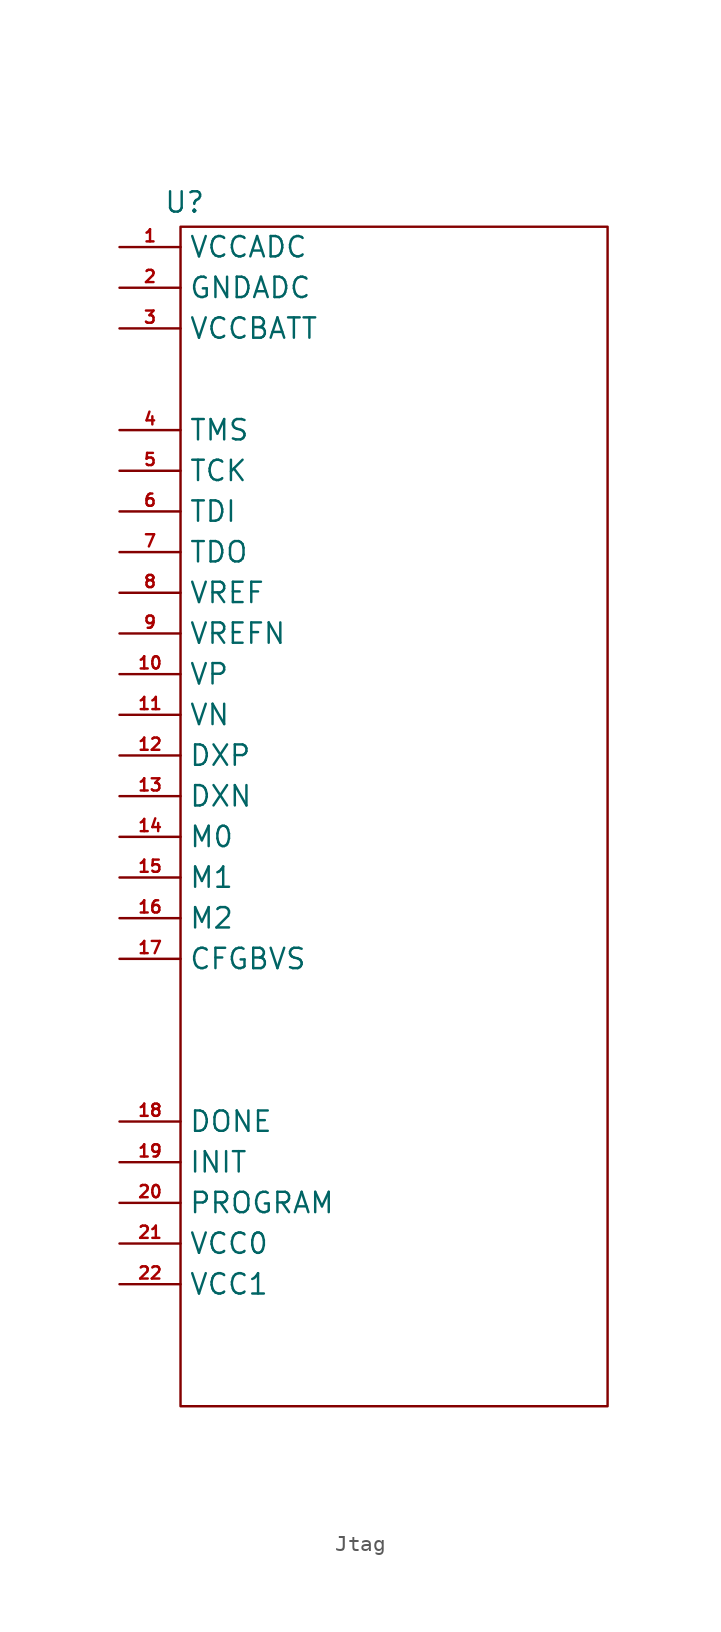
<source format=kicad_sym>
(kicad_symbol_lib
  (version 20231120)
  (generator "kicad_symbol_editor")
  (generator_version "8.0")
  (symbol "Jtag"
    (property "Reference" "U"
      (at -14.986 52.324 0)
      (effects (font (size 1.27 1.27))))
    (property "Value" ""
      (at -8.89 36.83 0)
      (effects (font (size 1.27 1.27))))
    (symbol "Jtag_0_1"
      (rectangle (start -15.24 50.8) (end 11.43 -22.86) (stroke (width 0) (type default)) (fill (type none))))
    (symbol "Jtag_1_1"
      (pin input line (at -19.05 49.53 0) (length 3.81) (name "VCCADC" (effects (font (size 1.27 1.27)))) (number "1" (effects (font (size 0.762 0.762)))))
      (pin input line (at -19.05 22.86 0) (length 3.81) (name "VP" (effects (font (size 1.27 1.27)))) (number "10" (effects (font (size 0.762 0.762)))))
      (pin input line (at -19.05 20.32 0) (length 3.81) (name "VN" (effects (font (size 1.27 1.27)))) (number "11" (effects (font (size 0.762 0.762)))))
      (pin input line (at -19.05 17.78 0) (length 3.81) (name "DXP" (effects (font (size 1.27 1.27)))) (number "12" (effects (font (size 0.762 0.762)))))
      (pin input line (at -19.05 15.24 0) (length 3.81) (name "DXN" (effects (font (size 1.27 1.27)))) (number "13" (effects (font (size 0.762 0.762)))))
      (pin input line (at -19.05 12.7 0) (length 3.81) (name "M0" (effects (font (size 1.27 1.27)))) (number "14" (effects (font (size 0.762 0.762)))))
      (pin input line (at -19.05 10.16 0) (length 3.81) (name "M1" (effects (font (size 1.27 1.27)))) (number "15" (effects (font (size 0.762 0.762)))))
      (pin input line (at -19.05 7.62 0) (length 3.81) (name "M2" (effects (font (size 1.27 1.27)))) (number "16" (effects (font (size 0.762 0.762)))))
      (pin input line (at -19.05 5.08 0) (length 3.81) (name "CFGBVS" (effects (font (size 1.27 1.27)))) (number "17" (effects (font (size 0.762 0.762)))))
      (pin input line (at -19.05 -5.08 0) (length 3.81) (name "DONE" (effects (font (size 1.27 1.27)))) (number "18" (effects (font (size 0.762 0.762)))))
      (pin input line (at -19.05 -7.62 0) (length 3.81) (name "INIT" (effects (font (size 1.27 1.27)))) (number "19" (effects (font (size 0.762 0.762)))))
      (pin input line (at -19.05 46.99 0) (length 3.81) (name "GNDADC" (effects (font (size 1.27 1.27)))) (number "2" (effects (font (size 0.762 0.762)))))
      (pin input line (at -19.05 -10.16 0) (length 3.81) (name "PROGRAM" (effects (font (size 1.27 1.27)))) (number "20" (effects (font (size 0.762 0.762)))))
      (pin input line (at -19.05 -12.7 0) (length 3.81) (name "VCC0" (effects (font (size 1.27 1.27)))) (number "21" (effects (font (size 0.762 0.762)))))
      (pin input line (at -19.05 -15.24 0) (length 3.81) (name "VCC1" (effects (font (size 1.27 1.27)))) (number "22" (effects (font (size 0.762 0.762)))))
      (pin input line (at -19.05 44.45 0) (length 3.81) (name "VCCBATT" (effects (font (size 1.27 1.27)))) (number "3" (effects (font (size 0.762 0.762)))))
      (pin input line (at -19.05 38.1 0) (length 3.81) (name "TMS" (effects (font (size 1.27 1.27)))) (number "4" (effects (font (size 0.762 0.762)))))
      (pin input line (at -19.05 35.56 0) (length 3.81) (name "TCK" (effects (font (size 1.27 1.27)))) (number "5" (effects (font (size 0.762 0.762)))))
      (pin input line (at -19.05 33.02 0) (length 3.81) (name "TDI" (effects (font (size 1.27 1.27)))) (number "6" (effects (font (size 0.762 0.762)))))
      (pin input line (at -19.05 30.48 0) (length 3.81) (name "TDO" (effects (font (size 1.27 1.27)))) (number "7" (effects (font (size 0.762 0.762)))))
      (pin input line (at -19.05 27.94 0) (length 3.81) (name "VREF" (effects (font (size 1.27 1.27)))) (number "8" (effects (font (size 0.762 0.762)))))
      (pin input line (at -19.05 25.4 0) (length 3.81) (name "VREFN" (effects (font (size 1.27 1.27)))) (number "9" (effects (font (size 0.762 0.762))))))))
</source>
